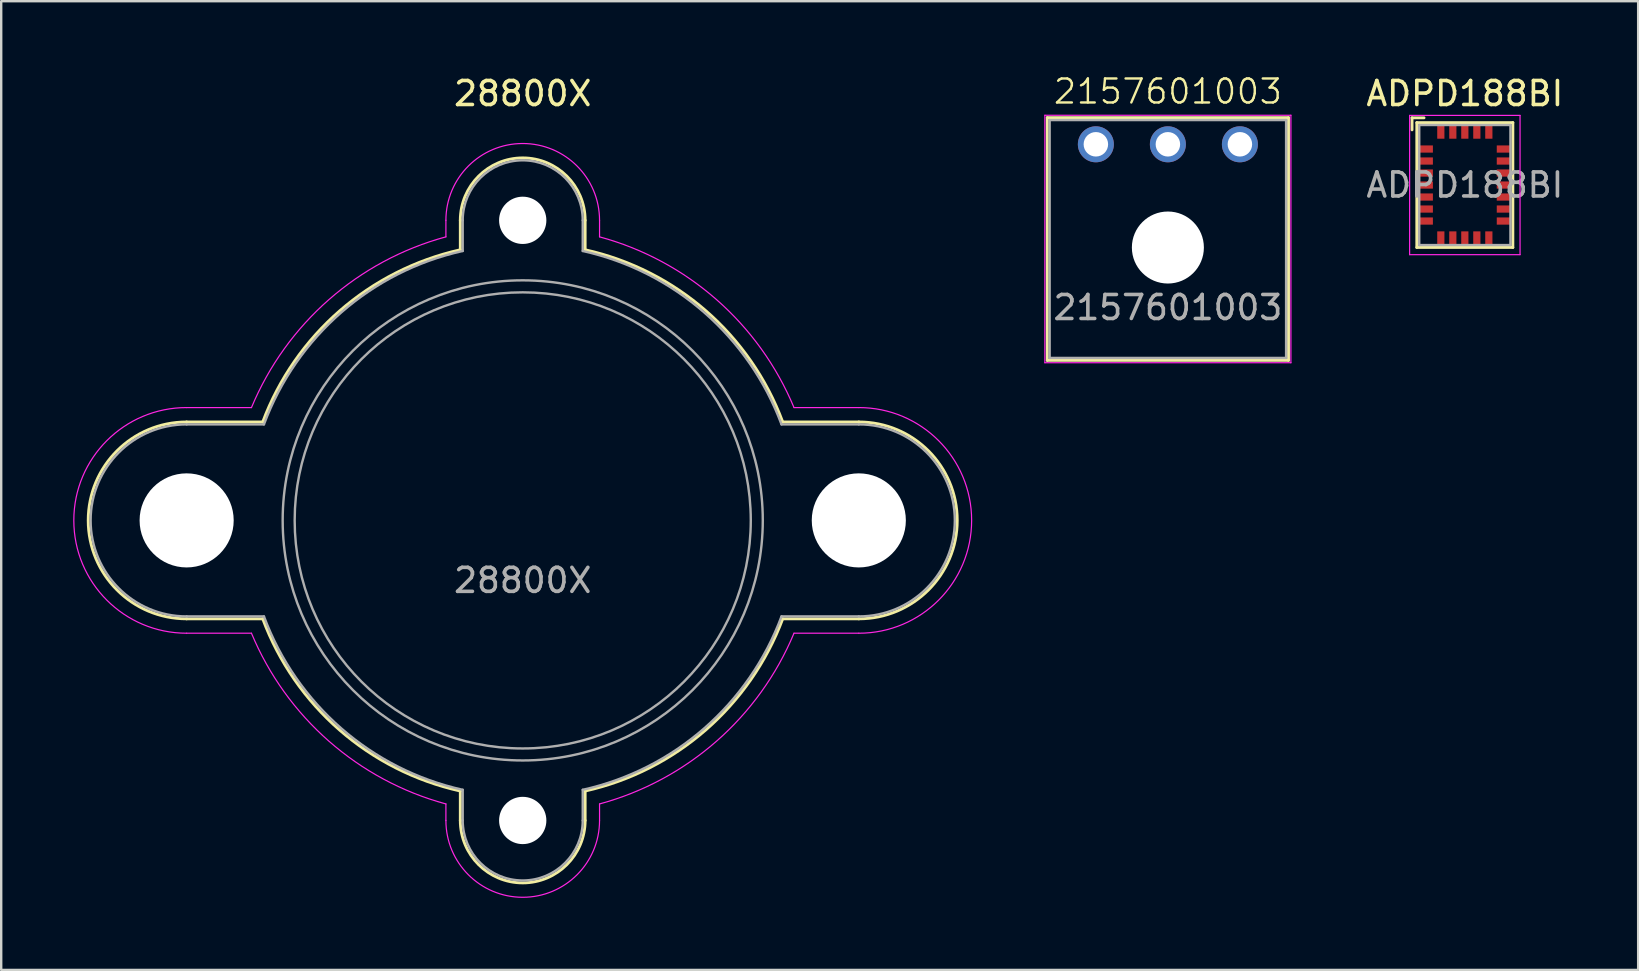
<source format=kicad_pcb>
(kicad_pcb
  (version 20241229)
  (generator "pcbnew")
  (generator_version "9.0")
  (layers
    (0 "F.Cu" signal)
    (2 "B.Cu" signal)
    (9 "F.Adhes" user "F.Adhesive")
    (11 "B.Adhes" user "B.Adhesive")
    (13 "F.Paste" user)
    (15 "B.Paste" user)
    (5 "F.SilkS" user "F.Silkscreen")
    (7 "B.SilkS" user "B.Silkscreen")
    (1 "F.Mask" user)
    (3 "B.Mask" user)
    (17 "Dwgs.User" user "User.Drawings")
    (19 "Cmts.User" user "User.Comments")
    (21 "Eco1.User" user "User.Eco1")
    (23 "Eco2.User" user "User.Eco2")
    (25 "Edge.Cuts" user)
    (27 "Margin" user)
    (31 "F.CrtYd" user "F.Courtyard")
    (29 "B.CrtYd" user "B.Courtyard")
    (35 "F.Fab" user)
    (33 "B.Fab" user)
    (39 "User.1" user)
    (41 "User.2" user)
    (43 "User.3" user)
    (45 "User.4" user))
  (footprint "2157601003"
    (layer "F.Cu")
    (at 45.6 7.261)
    (property "Reference" "2157601003" (at 0 -6.5 0) (unlocked yes) (layer "F.SilkS") (effects (font (size 1 1) (thickness 0.1))))
    (attr through_hole)
    (fp_line (start -5.025 -5.41) (end 5.025 -5.41) (stroke (width 0.12) (type default)) (layer "F.SilkS"))
    (fp_line (start -5.025 4.7) (end -5.025 -5.41) (stroke (width 0.12) (type solid)) (layer "F.SilkS"))
    (fp_line (start -5.025 4.7) (end 5.025 4.7) (stroke (width 0.12) (type default)) (layer "F.SilkS"))
    (fp_line (start 5.025 4.7) (end 5.025 -5.41) (stroke (width 0.12) (type solid)) (layer "F.SilkS"))
    (fp_line (start -5.125 -5.51) (end -5.125 4.8) (stroke (width 0.05) (type solid)) (layer "F.CrtYd"))
    (fp_line (start -5.125 -5.51) (end 5.125 -5.51) (stroke (width 0.05) (type default)) (layer "F.CrtYd"))
    (fp_line (start 5.125 -5.51) (end 5.125 4.8) (stroke (width 0.05) (type solid)) (layer "F.CrtYd"))
    (fp_line (start 5.125 4.8) (end -5.125 4.8) (stroke (width 0.05) (type default)) (layer "F.CrtYd"))
    (fp_line (start -4.925 4.6) (end -4.925 -5.31) (stroke (width 0.1) (type solid)) (layer "F.Fab"))
    (fp_line (start -4.925 4.6) (end 4.925 4.6) (stroke (width 0.1) (type default)) (layer "F.Fab"))
    (fp_line (start 4.925 -5.31) (end -4.925 -5.31) (stroke (width 0.1) (type default)) (layer "F.Fab"))
    (fp_line (start 4.925 4.6) (end 4.925 -5.31) (stroke (width 0.1) (type solid)) (layer "F.Fab"))
    (fp_text user "${REFERENCE}" (at 0 2.5 0) (unlocked yes) (layer "F.Fab") (effects (font (size 1 1) (thickness 0.15))))
    (pad "" np_thru_hole circle (at 0 0) (size 3 3) (drill 3) (layers "*.Cu" "*.Mask"))
    (pad "1" thru_hole circle (at -3 -4.3) (size 1.5 1.5) (drill 1.02) (layers "*.Cu" "*.Mask"))
    (pad "2" thru_hole circle (at 0 -4.3) (size 1.5 1.5) (drill 1.02) (layers "*.Cu" "*.Mask"))
    (pad "3" thru_hole circle (at 3 -4.3) (size 1.5 1.5) (drill 1.02) (layers "*.Cu" "*.Mask")))
  (footprint "ADPD188BI"
    (layer "F.Cu")
    (at 57.97 4.658)
    (property "Reference" "ADPD188BI" (at 0 -3.81 180) (layer "F.SilkS") (effects (font (size 1 1) (thickness 0.15))))
    (attr smd)
    (fp_line (start -2.2 -2.8) (end -1.7 -2.8) (stroke (width 0.12) (type solid)) (layer "F.SilkS"))
    (fp_line (start -2.2 -2.3) (end -2.2 -2.8) (stroke (width 0.12) (type solid)) (layer "F.SilkS"))
    (fp_line (start -2 -2.6) (end 2 -2.6) (stroke (width 0.12) (type solid)) (layer "F.SilkS"))
    (fp_line (start -2 2.6) (end -2 -2.6) (stroke (width 0.12) (type solid)) (layer "F.SilkS"))
    (fp_line (start -2 2.6) (end 2 2.6) (stroke (width 0.12) (type solid)) (layer "F.SilkS"))
    (fp_line (start 2 -2.6) (end 2 2.6) (stroke (width 0.12) (type solid)) (layer "F.SilkS"))
    (fp_line (start -2.3 -2.9) (end -2.3 2.9) (stroke (width 0.05) (type solid)) (layer "F.CrtYd"))
    (fp_line (start -2.3 2.9) (end 2.3 2.9) (stroke (width 0.05) (type solid)) (layer "F.CrtYd"))
    (fp_line (start 2.3 -2.9) (end -2.3 -2.9) (stroke (width 0.05) (type solid)) (layer "F.CrtYd"))
    (fp_line (start 2.3 2.9) (end 2.3 -2.9) (stroke (width 0.05) (type solid)) (layer "F.CrtYd"))
    (fp_line (start -1.9 -2.5) (end 1.9 -2.5) (stroke (width 0.1) (type solid)) (layer "F.Fab"))
    (fp_line (start -1.9 2.5) (end -1.9 -2.5) (stroke (width 0.1) (type solid)) (layer "F.Fab"))
    (fp_line (start 1.9 -2.5) (end 1.9 2.5) (stroke (width 0.1) (type solid)) (layer "F.Fab"))
    (fp_line (start 1.9 2.5) (end -1.9 2.5) (stroke (width 0.1) (type solid)) (layer "F.Fab"))
    (fp_text user "${REFERENCE}" (at 0 0 0) (unlocked yes) (layer "F.Fab") (effects (font (size 1 1) (thickness 0.15))))
    (pad "1" smd rect (at -1.61 -1.5 270) (size 0.3 0.56) (layers "F.Cu" "F.Mask" "F.Paste"))
    (pad "2" smd rect (at -1.61 -1 270) (size 0.3 0.56) (layers "F.Cu" "F.Mask" "F.Paste"))
    (pad "3" smd rect (at -1.61 -0.5 270) (size 0.3 0.56) (layers "F.Cu" "F.Mask" "F.Paste"))
    (pad "4" smd rect (at -1.61 0 270) (size 0.3 0.56) (layers "F.Cu" "F.Mask" "F.Paste"))
    (pad "5" smd rect (at -1.61 0.5 270) (size 0.3 0.56) (layers "F.Cu" "F.Mask" "F.Paste"))
    (pad "6" smd rect (at -1.61 1 270) (size 0.3 0.56) (layers "F.Cu" "F.Mask" "F.Paste"))
    (pad "7" smd rect (at -1.61 1.5 270) (size 0.3 0.56) (layers "F.Cu" "F.Mask" "F.Paste"))
    (pad "8" smd rect (at -1 2.21 180) (size 0.3 0.56) (layers "F.Cu" "F.Mask" "F.Paste"))
    (pad "9" smd rect (at -0.5 2.21 180) (size 0.3 0.56) (layers "F.Cu" "F.Mask" "F.Paste"))
    (pad "10" smd rect (at 0 2.21 180) (size 0.3 0.56) (layers "F.Cu" "F.Mask" "F.Paste"))
    (pad "11" smd rect (at 0.5 2.21 180) (size 0.3 0.56) (layers "F.Cu" "F.Mask" "F.Paste"))
    (pad "12" smd rect (at 1 2.21 180) (size 0.3 0.56) (layers "F.Cu" "F.Mask" "F.Paste"))
    (pad "13" smd rect (at 1.61 1.5 270) (size 0.3 0.56) (layers "F.Cu" "F.Mask" "F.Paste"))
    (pad "14" smd rect (at 1.61 1 270) (size 0.3 0.56) (layers "F.Cu" "F.Mask" "F.Paste"))
    (pad "15" smd rect (at 1.61 0.5 270) (size 0.3 0.56) (layers "F.Cu" "F.Mask" "F.Paste"))
    (pad "16" smd rect (at 1.61 0 270) (size 0.3 0.56) (layers "F.Cu" "F.Mask" "F.Paste"))
    (pad "17" smd rect (at 1.61 -0.5 270) (size 0.3 0.56) (layers "F.Cu" "F.Mask" "F.Paste"))
    (pad "18" smd rect (at 1.61 -1 270) (size 0.3 0.56) (layers "F.Cu" "F.Mask" "F.Paste"))
    (pad "19" smd rect (at 1.61 -1.5 270) (size 0.3 0.56) (layers "F.Cu" "F.Mask" "F.Paste"))
    (pad "20" smd rect (at 1 -2.21 180) (size 0.3 0.56) (layers "F.Cu" "F.Mask" "F.Paste"))
    (pad "21" smd rect (at 0.5 -2.21 180) (size 0.3 0.56) (layers "F.Cu" "F.Mask" "F.Paste"))
    (pad "22" smd rect (at 0 -2.21 180) (size 0.3 0.56) (layers "F.Cu" "F.Mask" "F.Paste"))
    (pad "23" smd rect (at -0.5 -2.21 180) (size 0.3 0.56) (layers "F.Cu" "F.Mask" "F.Paste"))
    (pad "24" smd rect (at -1 -2.21 180) (size 0.3 0.56) (layers "F.Cu" "F.Mask" "F.Paste")))
  (footprint "28800X"
    (layer "F.Cu")
    (at 18.725 18.628)
    (property "Reference" "28800X" (at 0 -17.78 0) (unlocked yes) (layer "F.SilkS") (effects (font (size 1 1) (thickness 0.15))))
    (attr through_hole board_only exclude_from_pos_files)
    (fp_line (start -14 -4.1) (end -10.83 -4.1) (stroke (width 0.12) (type solid)) (layer "F.SilkS"))
    (fp_line (start -10.83 4.1) (end -14 4.1) (stroke (width 0.12) (type solid)) (layer "F.SilkS"))
    (fp_line (start -2.6 -12.5) (end -2.6 -11.273) (stroke (width 0.12) (type solid)) (layer "F.SilkS"))
    (fp_line (start -2.6 12.5) (end -2.6 11.273) (stroke (width 0.12) (type solid)) (layer "F.SilkS"))
    (fp_line (start 2.6 -12.5) (end 2.6 -11.273) (stroke (width 0.12) (type solid)) (layer "F.SilkS"))
    (fp_line (start 2.6 12.5) (end 2.6 11.273) (stroke (width 0.12) (type solid)) (layer "F.SilkS"))
    (fp_line (start 14 -4.1) (end 10.83 -4.1) (stroke (width 0.12) (type solid)) (layer "F.SilkS"))
    (fp_line (start 14 4.1) (end 10.83 4.1) (stroke (width 0.12) (type solid)) (layer "F.SilkS"))
    (fp_arc (start -14 4.1) (mid -18.1 0) (end -14 -4.1) (stroke (width 0.12) (type solid)) (layer "F.SilkS"))
    (fp_arc (start -10.83 -4.1) (mid -7.623627 -8.72901) (end -2.6 -11.272971) (stroke (width 0.12) (type solid)) (layer "F.SilkS"))
    (fp_arc (start -2.6 -12.5) (mid 0 -15.1) (end 2.6 -12.5) (stroke (width 0.12) (type solid)) (layer "F.SilkS"))
    (fp_arc (start -2.6 11.272971) (mid -7.627201 8.733111) (end -10.83 4.1) (stroke (width 0.12) (type solid)) (layer "F.SilkS"))
    (fp_arc (start 2.6 -11.272971) (mid 7.6272 -8.73311) (end 10.83 -4.1) (stroke (width 0.12) (type solid)) (layer "F.SilkS"))
    (fp_arc (start 2.6 12.5) (mid 0 15.1) (end -2.6 12.5) (stroke (width 0.12) (type solid)) (layer "F.SilkS"))
    (fp_arc (start 10.83 4.1) (mid 7.623627 8.72901) (end 2.6 11.272971) (stroke (width 0.12) (type solid)) (layer "F.SilkS"))
    (fp_arc (start 14 -4.1) (mid 18.1 0) (end 14 4.1) (stroke (width 0.12) (type solid)) (layer "F.SilkS"))
    (fp_line (start -14 -4.7) (end -11.3 -4.7) (stroke (width 0.05) (type solid)) (layer "F.CrtYd"))
    (fp_line (start -14 4.7) (end -11.3 4.7) (stroke (width 0.05) (type solid)) (layer "F.CrtYd"))
    (fp_line (start -3.2 -12.5) (end -3.2 -11.812) (stroke (width 0.05) (type solid)) (layer "F.CrtYd"))
    (fp_line (start -3.2 12.5) (end -3.2 11.812) (stroke (width 0.05) (type solid)) (layer "F.CrtYd"))
    (fp_line (start 3.2 -12.5) (end 3.2 -11.812) (stroke (width 0.05) (type solid)) (layer "F.CrtYd"))
    (fp_line (start 3.2 12.5) (end 3.2 11.812) (stroke (width 0.05) (type solid)) (layer "F.CrtYd"))
    (fp_line (start 14 -4.7) (end 11.3 -4.7) (stroke (width 0.05) (type solid)) (layer "F.CrtYd"))
    (fp_line (start 14 4.7) (end 11.3 4.7) (stroke (width 0.05) (type solid)) (layer "F.CrtYd"))
    (fp_arc (start -14 4.7) (mid -18.7 0) (end -14 -4.7) (stroke (width 0.05) (type solid)) (layer "F.CrtYd"))
    (fp_arc (start -11.3 -4.7) (mid -8.074924 -9.195461) (end -3.2 -11.811834) (stroke (width 0.05) (type solid)) (layer "F.CrtYd"))
    (fp_arc (start -3.2 -12.5) (mid 0 -15.7) (end 3.2 -12.5) (stroke (width 0.05) (type solid)) (layer "F.CrtYd"))
    (fp_arc (start -3.2 11.811834) (mid -8.074924 9.195461) (end -11.3 4.7) (stroke (width 0.05) (type solid)) (layer "F.CrtYd"))
    (fp_arc (start 3.2 -11.811834) (mid 8.074923 -9.195461) (end 11.3 -4.7) (stroke (width 0.05) (type solid)) (layer "F.CrtYd"))
    (fp_arc (start 3.2 12.5) (mid 0 15.7) (end -3.2 12.5) (stroke (width 0.05) (type solid)) (layer "F.CrtYd"))
    (fp_arc (start 11.299999 4.7) (mid 8.074923 9.195461) (end 3.2 11.811834) (stroke (width 0.05) (type solid)) (layer "F.CrtYd"))
    (fp_arc (start 14 -4.7) (mid 18.7 0) (end 14 4.7) (stroke (width 0.05) (type solid)) (layer "F.CrtYd"))
    (fp_line (start -14 -4) (end -10.78 -4) (stroke (width 0.1) (type solid)) (layer "F.Fab"))
    (fp_line (start -10.78 4) (end -14 4) (stroke (width 0.1) (type solid)) (layer "F.Fab"))
    (fp_line (start -2.5 -11.223) (end -2.5 -12.5) (stroke (width 0.1) (type solid)) (layer "F.Fab"))
    (fp_line (start -2.5 12.5) (end -2.5 11.223) (stroke (width 0.1) (type solid)) (layer "F.Fab"))
    (fp_line (start 2.5 -12.5) (end 2.5 -11.223) (stroke (width 0.1) (type solid)) (layer "F.Fab"))
    (fp_line (start 2.5 11.223) (end 2.5 12.5) (stroke (width 0.1) (type solid)) (layer "F.Fab"))
    (fp_line (start 10.78 -4) (end 14 -4) (stroke (width 0.1) (type solid)) (layer "F.Fab"))
    (fp_line (start 14 4) (end 10.78 4) (stroke (width 0.1) (type solid)) (layer "F.Fab"))
    (fp_arc (start -14 4) (mid -18 0) (end -14 -4) (stroke (width 0.1) (type solid)) (layer "F.Fab"))
    (fp_arc (start -10.78 -4) (mid -7.558559 -8.664469) (end -2.5 -11.222971) (stroke (width 0.1) (type solid)) (layer "F.Fab"))
    (fp_arc (start -2.5 -12.5) (mid 0 -15) (end 2.5 -12.5) (stroke (width 0.1) (type solid)) (layer "F.Fab"))
    (fp_arc (start -2.5 11.222971) (mid -7.558559 8.664469) (end -10.78 4) (stroke (width 0.1) (type solid)) (layer "F.Fab"))
    (fp_arc (start 2.5 -11.222971) (mid 7.558559 -8.664469) (end 10.78 -4) (stroke (width 0.1) (type solid)) (layer "F.Fab"))
    (fp_arc (start 2.5 12.5) (mid 0 15) (end -2.5 12.5) (stroke (width 0.1) (type solid)) (layer "F.Fab"))
    (fp_arc (start 10.78 4) (mid 7.558559 8.664469) (end 2.5 11.222971) (stroke (width 0.1) (type solid)) (layer "F.Fab"))
    (fp_arc (start 14 -4) (mid 18 0) (end 14 4) (stroke (width 0.1) (type solid)) (layer "F.Fab"))
    (fp_circle (center 0 0) (end 9.5 0) (stroke (width 0.1) (type solid)) (fill no) (layer "F.Fab"))
    (fp_circle (center 0 0) (end 10 0) (stroke (width 0.1) (type solid)) (fill no) (layer "F.Fab"))
    (fp_text user "${REFERENCE}" (at 0 2.5 0) (unlocked yes) (layer "F.Fab") (effects (font (size 1 1) (thickness 0.15))))
    (pad "" np_thru_hole circle (at -14 0) (size 3.92 3.92) (drill 3.92) (layers "*.Cu" "*.Mask"))
    (pad "" np_thru_hole circle (at 0 -12.5) (size 1.97 1.97) (drill 1.97) (layers "*.Cu" "*.Mask"))
    (pad "" np_thru_hole circle (at 0 12.5) (size 1.97 1.97) (drill 1.97) (layers "*.Cu" "*.Mask"))
    (pad "" np_thru_hole circle (at 14 0) (size 3.92 3.92) (drill 3.92) (layers "*.Cu" "*.Mask")))
  (gr_rect
    (start -3 -3)
    (end 65.19 37.353)
    (stroke (width 0.1) (type default))
    (fill no)
    (layer "Edge.Cuts")))
</source>
